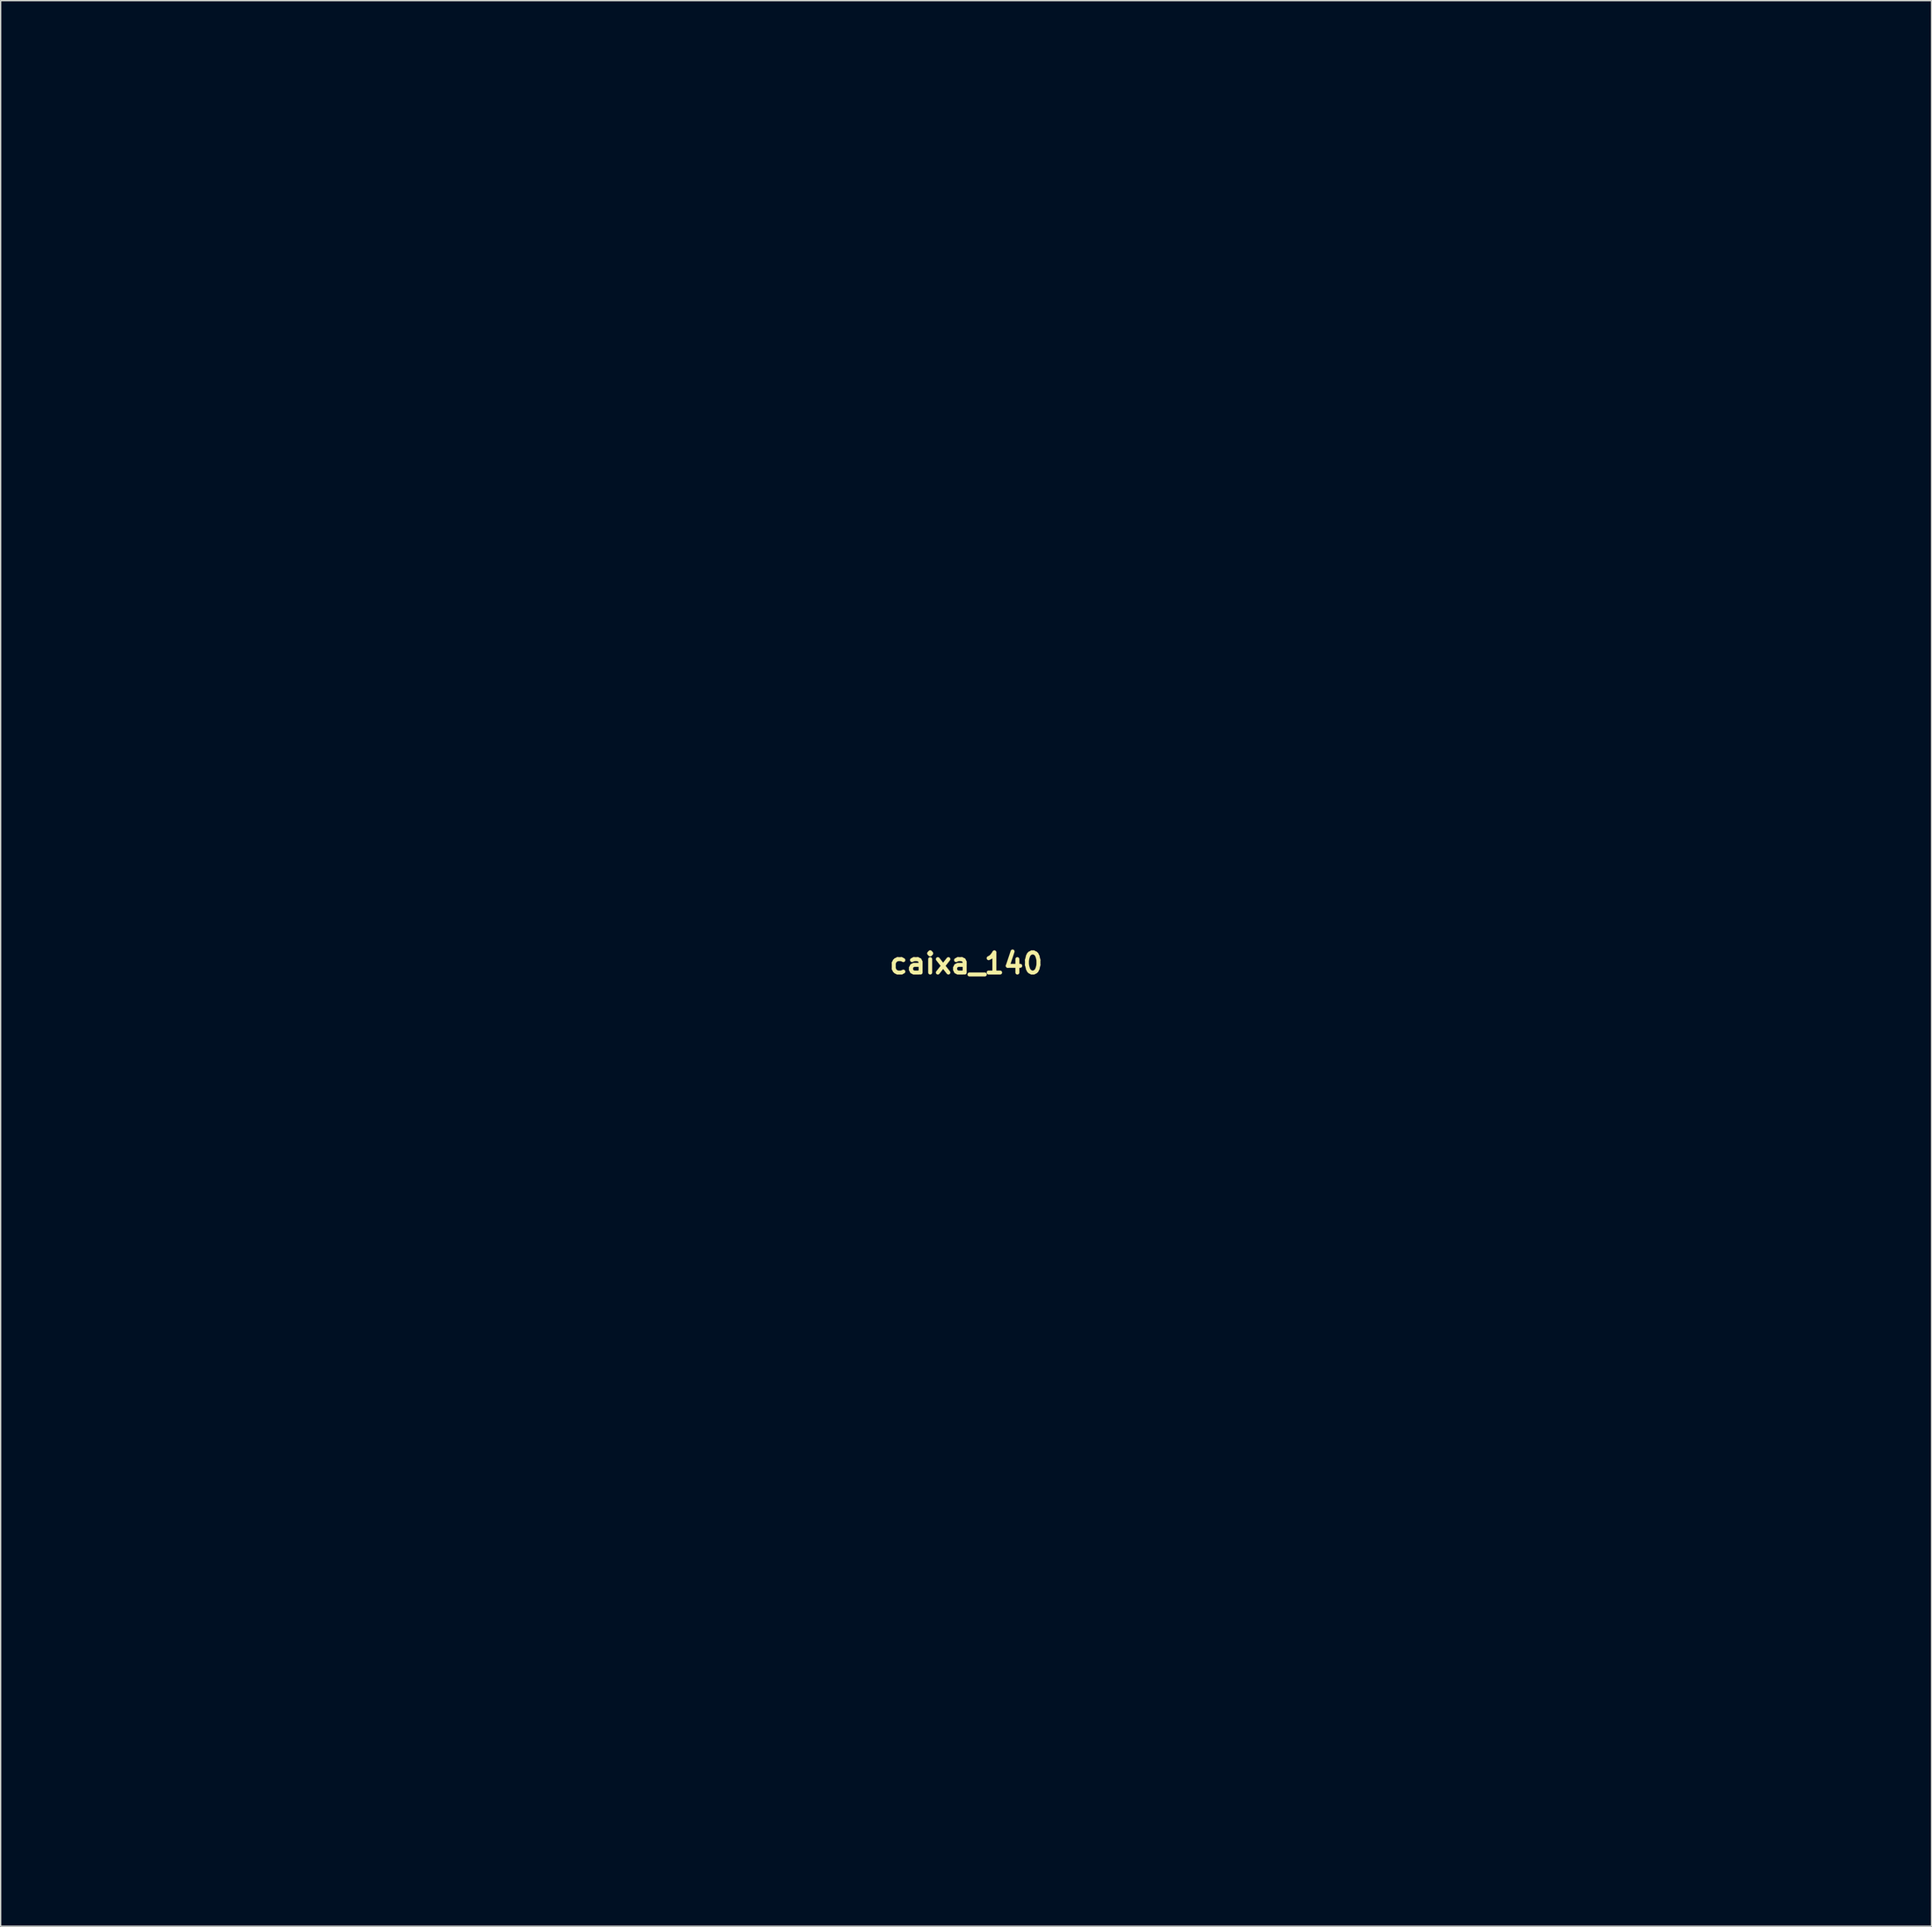
<source format=kicad_pcb>
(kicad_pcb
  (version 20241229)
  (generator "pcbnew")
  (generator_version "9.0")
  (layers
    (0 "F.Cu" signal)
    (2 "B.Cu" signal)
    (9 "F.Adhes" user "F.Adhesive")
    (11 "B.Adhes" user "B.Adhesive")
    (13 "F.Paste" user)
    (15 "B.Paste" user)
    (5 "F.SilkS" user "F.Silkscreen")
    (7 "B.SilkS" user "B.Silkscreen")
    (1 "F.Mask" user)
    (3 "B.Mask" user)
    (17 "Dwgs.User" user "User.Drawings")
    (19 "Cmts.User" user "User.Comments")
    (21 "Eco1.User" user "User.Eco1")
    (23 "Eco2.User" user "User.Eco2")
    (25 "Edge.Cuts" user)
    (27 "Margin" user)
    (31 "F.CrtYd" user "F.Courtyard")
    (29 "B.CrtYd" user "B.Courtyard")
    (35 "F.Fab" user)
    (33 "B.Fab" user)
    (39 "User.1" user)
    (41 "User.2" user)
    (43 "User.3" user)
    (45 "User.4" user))
  (footprint "caixa_140"
    (layer "F.Cu")
    (at 70.123 69.944)
    (property "Reference" "caixa_140" (at 0 0 0) (layer "F.SilkS") (effects (font (size 1.524 1.524) (thickness 0.3))))
    (attr through_hole)
    (fp_poly (pts (xy -63.276 -4.238) (xy -63.053 -4.114) (xy -63.128 -3.992) (xy -63.493 -3.937) (xy -63.579 -3.935) (xy -63.997 -3.979) (xy -64.209 -4.088) (xy -64.215 -4.114) (xy -64.06 -4.241) (xy -63.689 -4.293) (xy -63.276 -4.238)) (stroke (width 0.01) (type solid)) (fill no) (layer "Eco2.User"))
    (fp_poly (pts (xy -61.666 -4.238) (xy -61.443 -4.114) (xy -61.519 -3.992) (xy -61.883 -3.937) (xy -61.969 -3.935) (xy -62.387 -3.979) (xy -62.599 -4.088) (xy -62.606 -4.114) (xy -62.45 -4.241) (xy -62.08 -4.293) (xy -61.666 -4.238)) (stroke (width 0.01) (type solid)) (fill no) (layer "Eco2.User"))
    (fp_poly (pts (xy -54.841 -4.23) (xy -54.735 -4.114) (xy -54.891 -3.989) (xy -55.267 -3.935) (xy -55.282 -3.935) (xy -55.64 -3.984) (xy -55.723 -4.108) (xy -55.719 -4.114) (xy -55.472 -4.253) (xy -55.172 -4.293) (xy -54.841 -4.23)) (stroke (width 0.01) (type solid)) (fill no) (layer "Eco2.User"))
    (fp_poly (pts (xy -53.1 -4.24) (xy -52.946 -4.114) (xy -53.104 -3.997) (xy -53.492 -3.937) (xy -53.583 -3.935) (xy -53.99 -3.978) (xy -54.12 -4.09) (xy -54.109 -4.114) (xy -53.867 -4.243) (xy -53.473 -4.293) (xy -53.1 -4.24)) (stroke (width 0.01) (type solid)) (fill no) (layer "Eco2.User"))
    (fp_poly (pts (xy -46.407 -4.227) (xy -46.239 -4.114) (xy -46.309 -3.987) (xy -46.657 -3.935) (xy -46.675 -3.935) (xy -47.057 -3.986) (xy -47.222 -4.109) (xy -47.223 -4.114) (xy -47.07 -4.25) (xy -46.786 -4.293) (xy -46.407 -4.227)) (stroke (width 0.01) (type solid)) (fill no) (layer "Eco2.User"))
    (fp_poly (pts (xy -38.055 -4.238) (xy -37.832 -4.114) (xy -37.907 -3.992) (xy -38.272 -3.937) (xy -38.358 -3.935) (xy -38.776 -3.979) (xy -38.988 -4.088) (xy -38.994 -4.114) (xy -38.839 -4.241) (xy -38.468 -4.293) (xy -38.055 -4.238)) (stroke (width 0.01) (type solid)) (fill no) (layer "Eco2.User"))
    (fp_poly (pts (xy -29.489 -4.24) (xy -29.335 -4.114) (xy -29.493 -3.997) (xy -29.881 -3.937) (xy -29.972 -3.935) (xy -30.379 -3.978) (xy -30.508 -4.09) (xy -30.498 -4.114) (xy -30.256 -4.243) (xy -29.861 -4.293) (xy -29.489 -4.24)) (stroke (width 0.01) (type solid)) (fill no) (layer "Eco2.User"))
    (fp_poly (pts (xy -7.212 -39.008) (xy -7.156 -38.644) (xy -7.155 -38.558) (xy -7.199 -38.14) (xy -7.308 -37.928) (xy -7.334 -37.921) (xy -7.46 -38.076) (xy -7.513 -38.447) (xy -7.458 -38.86) (xy -7.334 -39.084) (xy -7.212 -39.008)) (stroke (width 0.01) (type solid)) (fill no) (layer "Eco2.User"))
    (fp_poly (pts (xy -7.212 -37.398) (xy -7.156 -37.034) (xy -7.155 -36.948) (xy -7.199 -36.53) (xy -7.308 -36.318) (xy -7.334 -36.311) (xy -7.46 -36.466) (xy -7.513 -36.837) (xy -7.458 -37.25) (xy -7.334 -37.474) (xy -7.212 -37.398)) (stroke (width 0.01) (type solid)) (fill no) (layer "Eco2.User"))
    (fp_poly (pts (xy -7.212 -13.787) (xy -7.156 -13.423) (xy -7.155 -13.337) (xy -7.199 -12.919) (xy -7.308 -12.707) (xy -7.334 -12.7) (xy -7.46 -12.855) (xy -7.513 -13.226) (xy -7.458 -13.639) (xy -7.334 -13.863) (xy -7.212 -13.787)) (stroke (width 0.01) (type solid)) (fill no) (layer "Eco2.User"))
    (fp_poly (pts (xy -7.212 63.665) (xy -7.156 64.029) (xy -7.155 64.115) (xy -7.199 64.533) (xy -7.308 64.746) (xy -7.334 64.752) (xy -7.46 64.597) (xy -7.513 64.226) (xy -7.458 63.813) (xy -7.334 63.589) (xy -7.212 63.665)) (stroke (width 0.01) (type solid)) (fill no) (layer "Eco2.User"))
    (fp_poly (pts (xy -7.208 -54.043) (xy -7.155 -53.669) (xy -7.155 -53.662) (xy -7.174 -53.251) (xy -7.251 -53.14) (xy -7.393 -53.245) (xy -7.497 -53.504) (xy -7.503 -53.859) (xy -7.422 -54.138) (xy -7.334 -54.199) (xy -7.208 -54.043)) (stroke (width 0.01) (type solid)) (fill no) (layer "Eco2.User"))
    (fp_poly (pts (xy -7.208 -45.636) (xy -7.155 -45.262) (xy -7.155 -45.255) (xy -7.174 -44.844) (xy -7.251 -44.733) (xy -7.393 -44.838) (xy -7.497 -45.097) (xy -7.503 -45.451) (xy -7.422 -45.731) (xy -7.334 -45.792) (xy -7.208 -45.636)) (stroke (width 0.01) (type solid)) (fill no) (layer "Eco2.User"))
    (fp_poly (pts (xy -7.208 -30.432) (xy -7.155 -30.057) (xy -7.155 -30.051) (xy -7.174 -29.64) (xy -7.251 -29.529) (xy -7.393 -29.633) (xy -7.497 -29.893) (xy -7.503 -30.247) (xy -7.422 -30.527) (xy -7.334 -30.587) (xy -7.208 -30.432)) (stroke (width 0.01) (type solid)) (fill no) (layer "Eco2.User"))
    (fp_poly (pts (xy -7.208 -22.025) (xy -7.155 -21.65) (xy -7.155 -21.644) (xy -7.174 -21.233) (xy -7.251 -21.122) (xy -7.393 -21.226) (xy -7.497 -21.486) (xy -7.503 -21.84) (xy -7.422 -22.12) (xy -7.334 -22.18) (xy -7.208 -22.025)) (stroke (width 0.01) (type solid)) (fill no) (layer "Eco2.User"))
    (fp_poly (pts (xy -7.208 47.02) (xy -7.155 47.395) (xy -7.155 47.401) (xy -7.174 47.812) (xy -7.251 47.923) (xy -7.393 47.819) (xy -7.497 47.559) (xy -7.503 47.205) (xy -7.422 46.926) (xy -7.334 46.865) (xy -7.208 47.02)) (stroke (width 0.01) (type solid)) (fill no) (layer "Eco2.User"))
    (fp_poly (pts (xy -7.207 -3.597) (xy -7.155 -3.249) (xy -7.155 -3.23) (xy -7.206 -2.849) (xy -7.329 -2.683) (xy -7.334 -2.683) (xy -7.469 -2.836) (xy -7.513 -3.12) (xy -7.447 -3.498) (xy -7.334 -3.667) (xy -7.207 -3.597)) (stroke (width 0.01) (type solid)) (fill no) (layer "Eco2.User"))
    (fp_poly (pts (xy -7.207 4.81) (xy -7.155 5.158) (xy -7.155 5.177) (xy -7.206 5.558) (xy -7.329 5.724) (xy -7.334 5.724) (xy -7.469 5.571) (xy -7.513 5.287) (xy -7.447 4.909) (xy -7.334 4.74) (xy -7.207 4.81)) (stroke (width 0.01) (type solid)) (fill no) (layer "Eco2.User"))
    (fp_poly (pts (xy -7.207 20.014) (xy -7.155 20.362) (xy -7.155 20.381) (xy -7.206 20.762) (xy -7.329 20.928) (xy -7.334 20.928) (xy -7.469 20.775) (xy -7.513 20.492) (xy -7.447 20.113) (xy -7.334 19.944) (xy -7.207 20.014)) (stroke (width 0.01) (type solid)) (fill no) (layer "Eco2.User"))
    (fp_poly (pts (xy 14.176 -4.238) (xy 14.399 -4.114) (xy 14.324 -3.992) (xy 13.959 -3.937) (xy 13.873 -3.935) (xy 13.455 -3.979) (xy 13.243 -4.088) (xy 13.237 -4.114) (xy 13.392 -4.241) (xy 13.763 -4.293) (xy 14.176 -4.238)) (stroke (width 0.01) (type solid)) (fill no) (layer "Eco2.User"))
    (fp_poly (pts (xy 31.018 -4.23) (xy 31.124 -4.114) (xy 30.968 -3.989) (xy 30.592 -3.935) (xy 30.577 -3.935) (xy 30.219 -3.984) (xy 30.137 -4.108) (xy 30.14 -4.114) (xy 30.387 -4.253) (xy 30.687 -4.293) (xy 31.018 -4.23)) (stroke (width 0.01) (type solid)) (fill no) (layer "Eco2.User"))
    (fp_poly (pts (xy 37.787 -4.238) (xy 38.011 -4.114) (xy 37.935 -3.992) (xy 37.571 -3.937) (xy 37.485 -3.935) (xy 37.067 -3.979) (xy 36.854 -4.088) (xy 36.848 -4.114) (xy 37.003 -4.241) (xy 37.374 -4.293) (xy 37.787 -4.238)) (stroke (width 0.01) (type solid)) (fill no) (layer "Eco2.User"))
    (fp_poly (pts (xy 39.452 -4.227) (xy 39.62 -4.114) (xy 39.551 -3.987) (xy 39.203 -3.935) (xy 39.184 -3.935) (xy 38.802 -3.986) (xy 38.637 -4.109) (xy 38.637 -4.114) (xy 38.789 -4.25) (xy 39.073 -4.293) (xy 39.452 -4.227)) (stroke (width 0.01) (type solid)) (fill no) (layer "Eco2.User"))
    (fp_poly (pts (xy 47.963 -4.24) (xy 48.117 -4.114) (xy 47.959 -3.997) (xy 47.572 -3.937) (xy 47.48 -3.935) (xy 47.073 -3.978) (xy 46.944 -4.09) (xy 46.954 -4.114) (xy 47.196 -4.243) (xy 47.591 -4.293) (xy 47.963 -4.24)) (stroke (width 0.01) (type solid)) (fill no) (layer "Eco2.User"))
    (fp_poly (pts (xy 54.63 -4.23) (xy 54.735 -4.114) (xy 54.58 -3.989) (xy 54.203 -3.935) (xy 54.188 -3.935) (xy 53.83 -3.984) (xy 53.748 -4.108) (xy 53.751 -4.114) (xy 53.998 -4.253) (xy 54.299 -4.293) (xy 54.63 -4.23)) (stroke (width 0.01) (type solid)) (fill no) (layer "Eco2.User"))
    (fp_poly (pts (xy 63.063 -4.227) (xy 63.232 -4.114) (xy 63.162 -3.987) (xy 62.814 -3.935) (xy 62.795 -3.935) (xy 62.414 -3.986) (xy 62.248 -4.109) (xy 62.248 -4.114) (xy 62.401 -4.25) (xy 62.685 -4.293) (xy 63.063 -4.227)) (stroke (width 0.01) (type solid)) (fill no) (layer "Eco2.User"))
    (fp_poly (pts (xy -7.212 -64.229) (xy -7.156 -63.865) (xy -7.155 -63.779) (xy -7.169 -63.321) (xy -7.231 -63.161) (xy -7.368 -63.237) (xy -7.393 -63.262) (xy -7.501 -63.553) (xy -7.492 -63.955) (xy -7.378 -64.265) (xy -7.334 -64.305) (xy -7.212 -64.229)) (stroke (width 0.01) (type solid)) (fill no) (layer "Eco2.User"))
    (fp_poly (pts (xy -7.212 -62.62) (xy -7.156 -62.255) (xy -7.155 -62.169) (xy -7.169 -61.711) (xy -7.231 -61.551) (xy -7.368 -61.627) (xy -7.393 -61.652) (xy -7.501 -61.943) (xy -7.492 -62.345) (xy -7.378 -62.655) (xy -7.334 -62.695) (xy -7.212 -62.62)) (stroke (width 0.01) (type solid)) (fill no) (layer "Eco2.User"))
    (fp_poly (pts (xy -7.212 -55.822) (xy -7.156 -55.458) (xy -7.155 -55.372) (xy -7.169 -54.914) (xy -7.231 -54.754) (xy -7.368 -54.83) (xy -7.393 -54.854) (xy -7.501 -55.146) (xy -7.492 -55.548) (xy -7.378 -55.858) (xy -7.334 -55.898) (xy -7.212 -55.822)) (stroke (width 0.01) (type solid)) (fill no) (layer "Eco2.User"))
    (fp_poly (pts (xy -7.212 -47.415) (xy -7.156 -47.051) (xy -7.155 -46.965) (xy -7.169 -46.507) (xy -7.231 -46.347) (xy -7.368 -46.423) (xy -7.393 -46.447) (xy -7.501 -46.739) (xy -7.492 -47.141) (xy -7.378 -47.451) (xy -7.334 -47.491) (xy -7.212 -47.415)) (stroke (width 0.01) (type solid)) (fill no) (layer "Eco2.User"))
    (fp_poly (pts (xy -7.212 -11.998) (xy -7.156 -11.634) (xy -7.155 -11.548) (xy -7.169 -11.09) (xy -7.231 -10.93) (xy -7.368 -11.006) (xy -7.393 -11.031) (xy -7.501 -11.322) (xy -7.492 -11.724) (xy -7.378 -12.034) (xy -7.334 -12.074) (xy -7.212 -11.998)) (stroke (width 0.01) (type solid)) (fill no) (layer "Eco2.User"))
    (fp_poly (pts (xy -7.212 11.613) (xy -7.156 11.977) (xy -7.155 12.063) (xy -7.169 12.521) (xy -7.231 12.682) (xy -7.368 12.605) (xy -7.393 12.581) (xy -7.501 12.289) (xy -7.492 11.887) (xy -7.378 11.577) (xy -7.334 11.537) (xy -7.212 11.613)) (stroke (width 0.01) (type solid)) (fill no) (layer "Eco2.User"))
    (fp_poly (pts (xy -7.212 13.223) (xy -7.156 13.587) (xy -7.155 13.673) (xy -7.169 14.131) (xy -7.231 14.292) (xy -7.368 14.215) (xy -7.393 14.191) (xy -7.501 13.899) (xy -7.492 13.497) (xy -7.378 13.187) (xy -7.334 13.147) (xy -7.212 13.223)) (stroke (width 0.01) (type solid)) (fill no) (layer "Eco2.User"))
    (fp_poly (pts (xy -7.212 21.63) (xy -7.156 21.994) (xy -7.155 22.08) (xy -7.169 22.538) (xy -7.231 22.699) (xy -7.368 22.622) (xy -7.393 22.598) (xy -7.501 22.306) (xy -7.492 21.904) (xy -7.378 21.594) (xy -7.334 21.554) (xy -7.212 21.63)) (stroke (width 0.01) (type solid)) (fill no) (layer "Eco2.User"))
    (fp_poly (pts (xy -7.212 28.427) (xy -7.156 28.791) (xy -7.155 28.877) (xy -7.169 29.335) (xy -7.231 29.496) (xy -7.368 29.419) (xy -7.393 29.395) (xy -7.501 29.103) (xy -7.492 28.701) (xy -7.378 28.391) (xy -7.334 28.351) (xy -7.212 28.427)) (stroke (width 0.01) (type solid)) (fill no) (layer "Eco2.User"))
    (fp_poly (pts (xy -7.212 30.037) (xy -7.156 30.401) (xy -7.155 30.487) (xy -7.169 30.945) (xy -7.231 31.106) (xy -7.368 31.029) (xy -7.393 31.005) (xy -7.501 30.713) (xy -7.492 30.311) (xy -7.378 30.001) (xy -7.334 29.961) (xy -7.212 30.037)) (stroke (width 0.01) (type solid)) (fill no) (layer "Eco2.User"))
    (fp_poly (pts (xy -7.212 36.834) (xy -7.156 37.198) (xy -7.155 37.285) (xy -7.169 37.742) (xy -7.231 37.903) (xy -7.368 37.826) (xy -7.393 37.802) (xy -7.501 37.51) (xy -7.492 37.108) (xy -7.378 36.798) (xy -7.334 36.758) (xy -7.212 36.834)) (stroke (width 0.01) (type solid)) (fill no) (layer "Eco2.User"))
    (fp_poly (pts (xy -7.212 38.444) (xy -7.156 38.808) (xy -7.155 38.894) (xy -7.169 39.352) (xy -7.231 39.513) (xy -7.368 39.436) (xy -7.393 39.412) (xy -7.501 39.12) (xy -7.492 38.718) (xy -7.378 38.408) (xy -7.334 38.368) (xy -7.212 38.444)) (stroke (width 0.01) (type solid)) (fill no) (layer "Eco2.User"))
    (fp_poly (pts (xy -7.212 45.241) (xy -7.156 45.605) (xy -7.155 45.692) (xy -7.169 46.149) (xy -7.231 46.31) (xy -7.368 46.233) (xy -7.393 46.209) (xy -7.501 45.917) (xy -7.492 45.515) (xy -7.378 45.206) (xy -7.334 45.165) (xy -7.212 45.241)) (stroke (width 0.01) (type solid)) (fill no) (layer "Eco2.User"))
    (fp_poly (pts (xy -7.212 53.648) (xy -7.156 54.013) (xy -7.155 54.099) (xy -7.169 54.556) (xy -7.231 54.717) (xy -7.368 54.64) (xy -7.393 54.616) (xy -7.501 54.324) (xy -7.492 53.922) (xy -7.378 53.613) (xy -7.334 53.573) (xy -7.212 53.648)) (stroke (width 0.01) (type solid)) (fill no) (layer "Eco2.User"))
    (fp_poly (pts (xy -7.212 55.258) (xy -7.156 55.622) (xy -7.155 55.708) (xy -7.169 56.166) (xy -7.231 56.327) (xy -7.368 56.25) (xy -7.393 56.226) (xy -7.501 55.934) (xy -7.492 55.532) (xy -7.378 55.222) (xy -7.334 55.182) (xy -7.212 55.258)) (stroke (width 0.01) (type solid)) (fill no) (layer "Eco2.User"))
    (fp_poly (pts (xy -7.212 62.055) (xy -7.156 62.42) (xy -7.155 62.506) (xy -7.169 62.963) (xy -7.231 63.124) (xy -7.368 63.047) (xy -7.393 63.023) (xy -7.501 62.731) (xy -7.492 62.329) (xy -7.378 62.02) (xy -7.334 61.98) (xy -7.212 62.055)) (stroke (width 0.01) (type solid)) (fill no) (layer "Eco2.User"))
    (fp_poly (pts (xy -68.596 69.611) (xy -68.238 69.687) (xy -68.151 69.761) (xy -68.312 69.859) (xy -68.73 69.923) (xy -69.135 69.939) (xy -69.673 69.91) (xy -70.031 69.834) (xy -70.118 69.761) (xy -69.957 69.663) (xy -69.539 69.598) (xy -69.135 69.582) (xy -68.596 69.611)) (stroke (width 0.01) (type solid)) (fill no) (layer "Eco2.User"))
    (fp_poly (pts (xy -44.699 -4.241) (xy -44.539 -4.116) (xy -44.539 -4.114) (xy -44.695 -3.988) (xy -45.069 -3.935) (xy -45.076 -3.935) (xy -45.453 -3.987) (xy -45.613 -4.112) (xy -45.613 -4.114) (xy -45.457 -4.24) (xy -45.083 -4.293) (xy -45.076 -4.293) (xy -44.699 -4.241)) (stroke (width 0.01) (type solid)) (fill no) (layer "Eco2.User"))
    (fp_poly (pts (xy -36.292 -4.241) (xy -36.132 -4.116) (xy -36.132 -4.114) (xy -36.288 -3.988) (xy -36.662 -3.935) (xy -36.669 -3.935) (xy -37.046 -3.987) (xy -37.206 -4.112) (xy -37.206 -4.114) (xy -37.05 -4.24) (xy -36.676 -4.293) (xy -36.669 -4.293) (xy -36.292 -4.241)) (stroke (width 0.01) (type solid)) (fill no) (layer "Eco2.User"))
    (fp_poly (pts (xy -27.885 -4.241) (xy -27.725 -4.116) (xy -27.725 -4.114) (xy -27.881 -3.988) (xy -28.255 -3.935) (xy -28.262 -3.935) (xy -28.639 -3.987) (xy -28.799 -4.112) (xy -28.799 -4.114) (xy -28.643 -4.24) (xy -28.269 -4.293) (xy -28.262 -4.293) (xy -27.885 -4.241)) (stroke (width 0.01) (type solid)) (fill no) (layer "Eco2.User"))
    (fp_poly (pts (xy -21.088 -4.241) (xy -20.928 -4.116) (xy -20.928 -4.114) (xy -21.084 -3.988) (xy -21.458 -3.935) (xy -21.465 -3.935) (xy -21.842 -3.987) (xy -22.001 -4.112) (xy -22.001 -4.114) (xy -21.846 -4.24) (xy -21.471 -4.293) (xy -21.465 -4.293) (xy -21.088 -4.241)) (stroke (width 0.01) (type solid)) (fill no) (layer "Eco2.User"))
    (fp_poly (pts (xy -19.478 -4.241) (xy -19.318 -4.116) (xy -19.318 -4.114) (xy -19.474 -3.988) (xy -19.848 -3.935) (xy -19.855 -3.935) (xy -20.232 -3.987) (xy -20.392 -4.112) (xy -20.392 -4.114) (xy -20.236 -4.24) (xy -19.862 -4.293) (xy -19.855 -4.293) (xy -19.478 -4.241)) (stroke (width 0.01) (type solid)) (fill no) (layer "Eco2.User"))
    (fp_poly (pts (xy -12.681 -4.241) (xy -12.521 -4.116) (xy -12.521 -4.114) (xy -12.677 -3.988) (xy -13.051 -3.935) (xy -13.058 -3.935) (xy -13.435 -3.987) (xy -13.594 -4.112) (xy -13.594 -4.114) (xy -13.439 -4.24) (xy -13.064 -4.293) (xy -13.058 -4.293) (xy -12.681 -4.241)) (stroke (width 0.01) (type solid)) (fill no) (layer "Eco2.User"))
    (fp_poly (pts (xy -11.071 -4.241) (xy -10.911 -4.116) (xy -10.911 -4.114) (xy -11.067 -3.988) (xy -11.441 -3.935) (xy -11.448 -3.935) (xy -11.825 -3.987) (xy -11.984 -4.112) (xy -11.985 -4.114) (xy -11.829 -4.24) (xy -11.455 -4.293) (xy -11.448 -4.293) (xy -11.071 -4.241)) (stroke (width 0.01) (type solid)) (fill no) (layer "Eco2.User"))
    (fp_poly (pts (xy -7.208 -28.822) (xy -7.155 -28.448) (xy -7.155 -28.441) (xy -7.207 -28.064) (xy -7.332 -27.904) (xy -7.334 -27.904) (xy -7.459 -28.06) (xy -7.513 -28.434) (xy -7.513 -28.441) (xy -7.461 -28.818) (xy -7.336 -28.977) (xy -7.334 -28.977) (xy -7.208 -28.822)) (stroke (width 0.01) (type solid)) (fill no) (layer "Eco2.User"))
    (fp_poly (pts (xy -7.208 -20.415) (xy -7.155 -20.04) (xy -7.155 -20.034) (xy -7.207 -19.657) (xy -7.332 -19.497) (xy -7.334 -19.497) (xy -7.459 -19.653) (xy -7.513 -20.027) (xy -7.513 -20.034) (xy -7.461 -20.411) (xy -7.336 -20.57) (xy -7.334 -20.57) (xy -7.208 -20.415)) (stroke (width 0.01) (type solid)) (fill no) (layer "Eco2.User"))
    (fp_poly (pts (xy -7.208 3.196) (xy -7.155 3.571) (xy -7.155 3.577) (xy -7.207 3.954) (xy -7.332 4.114) (xy -7.334 4.114) (xy -7.459 3.959) (xy -7.513 3.584) (xy -7.513 3.577) (xy -7.461 3.201) (xy -7.336 3.041) (xy -7.334 3.041) (xy -7.208 3.196)) (stroke (width 0.01) (type solid)) (fill no) (layer "Eco2.User"))
    (fp_poly (pts (xy -4.274 -4.241) (xy -4.114 -4.116) (xy -4.114 -4.114) (xy -4.27 -3.988) (xy -4.644 -3.935) (xy -4.651 -3.935) (xy -5.027 -3.987) (xy -5.187 -4.112) (xy -5.187 -4.114) (xy -5.032 -4.24) (xy -4.657 -4.293) (xy -4.651 -4.293) (xy -4.274 -4.241)) (stroke (width 0.01) (type solid)) (fill no) (layer "Eco2.User"))
    (fp_poly (pts (xy -2.664 -4.241) (xy -2.504 -4.116) (xy -2.504 -4.114) (xy -2.66 -3.988) (xy -3.034 -3.935) (xy -3.041 -3.935) (xy -3.418 -3.987) (xy -3.577 -4.112) (xy -3.577 -4.114) (xy -3.422 -4.24) (xy -3.048 -4.293) (xy -3.041 -4.293) (xy -2.664 -4.241)) (stroke (width 0.01) (type solid)) (fill no) (layer "Eco2.User"))
    (fp_poly (pts (xy 4.133 -4.241) (xy 4.293 -4.116) (xy 4.293 -4.114) (xy 4.138 -3.988) (xy 3.763 -3.935) (xy 3.756 -3.935) (xy 3.38 -3.987) (xy 3.22 -4.112) (xy 3.22 -4.114) (xy 3.375 -4.24) (xy 3.75 -4.293) (xy 3.756 -4.293) (xy 4.133 -4.241)) (stroke (width 0.01) (type solid)) (fill no) (layer "Eco2.User"))
    (fp_poly (pts (xy 5.743 -4.241) (xy 5.903 -4.116) (xy 5.903 -4.114) (xy 5.747 -3.988) (xy 5.373 -3.935) (xy 5.366 -3.935) (xy 4.989 -3.987) (xy 4.83 -4.112) (xy 4.83 -4.114) (xy 4.985 -4.24) (xy 5.36 -4.293) (xy 5.366 -4.293) (xy 5.743 -4.241)) (stroke (width 0.01) (type solid)) (fill no) (layer "Eco2.User"))
    (fp_poly (pts (xy 12.54 -4.241) (xy 12.7 -4.116) (xy 12.7 -4.114) (xy 12.545 -3.988) (xy 12.17 -3.935) (xy 12.163 -3.935) (xy 11.787 -3.987) (xy 11.627 -4.112) (xy 11.627 -4.114) (xy 11.782 -4.24) (xy 12.157 -4.293) (xy 12.163 -4.293) (xy 12.54 -4.241)) (stroke (width 0.01) (type solid)) (fill no) (layer "Eco2.User"))
    (fp_poly (pts (xy 20.947 -4.241) (xy 21.107 -4.116) (xy 21.107 -4.114) (xy 20.952 -3.988) (xy 20.577 -3.935) (xy 20.57 -3.935) (xy 20.194 -3.987) (xy 20.034 -4.112) (xy 20.034 -4.114) (xy 20.189 -4.24) (xy 20.564 -4.293) (xy 20.57 -4.293) (xy 20.947 -4.241)) (stroke (width 0.01) (type solid)) (fill no) (layer "Eco2.User"))
    (fp_poly (pts (xy 22.557 -4.241) (xy 22.717 -4.116) (xy 22.717 -4.114) (xy 22.561 -3.988) (xy 22.187 -3.935) (xy 22.18 -3.935) (xy 21.804 -3.987) (xy 21.644 -4.112) (xy 21.644 -4.114) (xy 21.799 -4.24) (xy 22.174 -4.293) (xy 22.18 -4.293) (xy 22.557 -4.241)) (stroke (width 0.01) (type solid)) (fill no) (layer "Eco2.User"))
    (fp_poly (pts (xy 29.354 -4.241) (xy 29.514 -4.116) (xy 29.514 -4.114) (xy 29.359 -3.988) (xy 28.984 -3.935) (xy 28.977 -3.935) (xy 28.601 -3.987) (xy 28.441 -4.112) (xy 28.441 -4.114) (xy 28.596 -4.24) (xy 28.971 -4.293) (xy 28.977 -4.293) (xy 29.354 -4.241)) (stroke (width 0.01) (type solid)) (fill no) (layer "Eco2.User"))
    (fp_poly (pts (xy 46.295 -4.248) (xy 46.502 -4.138) (xy 46.507 -4.114) (xy 46.35 -3.996) (xy 45.963 -3.937) (xy 45.881 -3.935) (xy 45.467 -3.98) (xy 45.26 -4.091) (xy 45.255 -4.114) (xy 45.412 -4.232) (xy 45.799 -4.291) (xy 45.881 -4.293) (xy 46.295 -4.248)) (stroke (width 0.01) (type solid)) (fill no) (layer "Eco2.User"))
    (fp_poly (pts (xy 56.364 -4.241) (xy 56.524 -4.116) (xy 56.524 -4.114) (xy 56.369 -3.988) (xy 55.994 -3.935) (xy 55.987 -3.935) (xy 55.611 -3.987) (xy 55.451 -4.112) (xy 55.451 -4.114) (xy 55.606 -4.24) (xy 55.981 -4.293) (xy 55.987 -4.293) (xy 56.364 -4.241)) (stroke (width 0.01) (type solid)) (fill no) (layer "Eco2.User"))
    (fp_poly (pts (xy 64.771 -4.241) (xy 64.931 -4.116) (xy 64.931 -4.114) (xy 64.776 -3.988) (xy 64.401 -3.935) (xy 64.394 -3.935) (xy 64.018 -3.987) (xy 63.858 -4.112) (xy 63.858 -4.114) (xy 64.013 -4.24) (xy 64.388 -4.293) (xy 64.394 -4.293) (xy 64.771 -4.241)) (stroke (width 0.01) (type solid)) (fill no) (layer "Eco2.User"))
    (fp_poly (pts (xy 69.68 -69.778) (xy 69.745 -69.361) (xy 69.761 -68.956) (xy 69.731 -68.417) (xy 69.655 -68.06) (xy 69.582 -67.972) (xy 69.484 -68.134) (xy 69.419 -68.551) (xy 69.403 -68.956) (xy 69.432 -69.494) (xy 69.508 -69.852) (xy 69.582 -69.939) (xy 69.68 -69.778)) (stroke (width 0.01) (type solid)) (fill no) (layer "Eco2.User"))
    (fp_poly (pts (xy -69.269 -69.813) (xy -68.606 -69.738) (xy -68.287 -69.676) (xy -68.315 -69.63) (xy -68.695 -69.601) (xy -68.911 -69.596) (xy -69.761 -69.582) (xy -69.761 -68.777) (xy -69.796 -68.297) (xy -69.886 -68.009) (xy -69.939 -67.972) (xy -70.038 -68.133) (xy -70.103 -68.549) (xy -70.118 -68.934) (xy -70.118 -69.895) (xy -69.269 -69.813)) (stroke (width 0.01) (type solid)) (fill no) (layer "Eco2.User"))
    (fp_poly (pts (xy -66.019 -4.279) (xy -65.299 -4.24) (xy -64.866 -4.178) (xy -64.752 -4.114) (xy -64.924 -4.037) (xy -65.415 -3.979) (xy -66.186 -3.944) (xy -66.988 -3.935) (xy -67.957 -3.949) (xy -68.677 -3.988) (xy -69.11 -4.05) (xy -69.224 -4.114) (xy -69.052 -4.192) (xy -68.561 -4.249) (xy -67.791 -4.284) (xy -66.988 -4.293) (xy -66.019 -4.279)) (stroke (width 0.01) (type solid)) (fill no) (layer "Eco2.User"))
    (fp_poly (pts (xy -57.612 -4.279) (xy -56.892 -4.24) (xy -56.459 -4.178) (xy -56.345 -4.114) (xy -56.517 -4.037) (xy -57.008 -3.979) (xy -57.779 -3.944) (xy -58.581 -3.935) (xy -59.55 -3.949) (xy -60.27 -3.988) (xy -60.703 -4.05) (xy -60.817 -4.114) (xy -60.645 -4.192) (xy -60.154 -4.249) (xy -59.383 -4.284) (xy -58.581 -4.293) (xy -57.612 -4.279)) (stroke (width 0.01) (type solid)) (fill no) (layer "Eco2.User"))
    (fp_poly (pts (xy -49.268 -4.279) (xy -48.532 -4.241) (xy -48.038 -4.182) (xy -47.849 -4.114) (xy -47.968 -4.034) (xy -48.431 -3.976) (xy -49.221 -3.943) (xy -50.074 -3.935) (xy -51.071 -3.948) (xy -51.817 -3.986) (xy -52.275 -4.046) (xy -52.41 -4.114) (xy -52.238 -4.192) (xy -51.747 -4.249) (xy -50.977 -4.284) (xy -50.184 -4.293) (xy -49.268 -4.279)) (stroke (width 0.01) (type solid)) (fill no) (layer "Eco2.User"))
    (fp_poly (pts (xy -40.861 -4.279) (xy -40.125 -4.241) (xy -39.631 -4.182) (xy -39.442 -4.114) (xy -39.561 -4.034) (xy -40.023 -3.976) (xy -40.814 -3.943) (xy -41.667 -3.935) (xy -42.664 -3.948) (xy -43.41 -3.986) (xy -43.868 -4.046) (xy -44.003 -4.114) (xy -43.831 -4.192) (xy -43.34 -4.249) (xy -42.57 -4.284) (xy -41.777 -4.293) (xy -40.861 -4.279)) (stroke (width 0.01) (type solid)) (fill no) (layer "Eco2.User"))
    (fp_poly (pts (xy -32.391 -4.279) (xy -31.671 -4.24) (xy -31.238 -4.178) (xy -31.124 -4.114) (xy -31.296 -4.037) (xy -31.787 -3.979) (xy -32.557 -3.944) (xy -33.36 -3.935) (xy -34.328 -3.949) (xy -35.049 -3.988) (xy -35.482 -4.05) (xy -35.596 -4.114) (xy -35.424 -4.192) (xy -34.933 -4.249) (xy -34.162 -4.284) (xy -33.36 -4.293) (xy -32.391 -4.279)) (stroke (width 0.01) (type solid)) (fill no) (layer "Eco2.User"))
    (fp_poly (pts (xy -24.047 -4.279) (xy -23.311 -4.241) (xy -22.817 -4.182) (xy -22.627 -4.114) (xy -22.747 -4.034) (xy -23.209 -3.976) (xy -24 -3.943) (xy -24.853 -3.935) (xy -25.85 -3.948) (xy -26.596 -3.986) (xy -27.054 -4.046) (xy -27.189 -4.114) (xy -27.017 -4.192) (xy -26.526 -4.249) (xy -25.756 -4.284) (xy -24.963 -4.293) (xy -24.047 -4.279)) (stroke (width 0.01) (type solid)) (fill no) (layer "Eco2.User"))
    (fp_poly (pts (xy -15.64 -4.279) (xy -14.904 -4.241) (xy -14.41 -4.182) (xy -14.22 -4.114) (xy -14.34 -4.034) (xy -14.802 -3.976) (xy -15.593 -3.943) (xy -16.446 -3.935) (xy -17.443 -3.948) (xy -18.189 -3.986) (xy -18.647 -4.046) (xy -18.782 -4.114) (xy -18.61 -4.192) (xy -18.119 -4.249) (xy -17.349 -4.284) (xy -16.556 -4.293) (xy -15.64 -4.279)) (stroke (width 0.01) (type solid)) (fill no) (layer "Eco2.User"))
    (fp_poly (pts (xy -7.256 -52.417) (xy -7.199 -51.926) (xy -7.164 -51.155) (xy -7.155 -50.353) (xy -7.169 -49.384) (xy -7.208 -48.664) (xy -7.27 -48.231) (xy -7.334 -48.117) (xy -7.411 -48.289) (xy -7.469 -48.78) (xy -7.504 -49.55) (xy -7.513 -50.353) (xy -7.499 -51.321) (xy -7.46 -52.042) (xy -7.398 -52.475) (xy -7.334 -52.589) (xy -7.256 -52.417)) (stroke (width 0.01) (type solid)) (fill no) (layer "Eco2.User"))
    (fp_poly (pts (xy -7.256 23.426) (xy -7.199 23.916) (xy -7.164 24.687) (xy -7.155 25.489) (xy -7.169 26.458) (xy -7.208 27.178) (xy -7.27 27.612) (xy -7.334 27.725) (xy -7.411 27.553) (xy -7.469 27.062) (xy -7.504 26.292) (xy -7.513 25.489) (xy -7.499 24.521) (xy -7.46 23.801) (xy -7.398 23.367) (xy -7.334 23.254) (xy -7.256 23.426)) (stroke (width 0.01) (type solid)) (fill no) (layer "Eco2.User"))
    (fp_poly (pts (xy -7.253 -60.966) (xy -7.196 -60.503) (xy -7.163 -59.712) (xy -7.155 -58.86) (xy -7.168 -57.862) (xy -7.206 -57.116) (xy -7.265 -56.659) (xy -7.334 -56.524) (xy -7.411 -56.696) (xy -7.469 -57.187) (xy -7.504 -57.956) (xy -7.513 -58.749) (xy -7.499 -59.666) (xy -7.46 -60.402) (xy -7.402 -60.896) (xy -7.334 -61.085) (xy -7.253 -60.966)) (stroke (width 0.01) (type solid)) (fill no) (layer "Eco2.User"))
    (fp_poly (pts (xy -7.253 -18.752) (xy -7.196 -18.289) (xy -7.163 -17.498) (xy -7.155 -16.646) (xy -7.168 -15.648) (xy -7.206 -14.902) (xy -7.265 -14.445) (xy -7.334 -14.31) (xy -7.411 -14.482) (xy -7.469 -14.972) (xy -7.504 -15.742) (xy -7.513 -16.535) (xy -7.499 -17.452) (xy -7.46 -18.187) (xy -7.402 -18.682) (xy -7.334 -18.871) (xy -7.253 -18.752)) (stroke (width 0.01) (type solid)) (fill no) (layer "Eco2.User"))
    (fp_poly (pts (xy -7.253 6.47) (xy -7.196 6.932) (xy -7.163 7.723) (xy -7.155 8.575) (xy -7.168 9.573) (xy -7.206 10.319) (xy -7.265 10.776) (xy -7.334 10.911) (xy -7.411 10.739) (xy -7.469 10.249) (xy -7.504 9.479) (xy -7.513 8.686) (xy -7.499 7.769) (xy -7.46 7.034) (xy -7.402 6.54) (xy -7.334 6.35) (xy -7.253 6.47)) (stroke (width 0.01) (type solid)) (fill no) (layer "Eco2.User"))
    (fp_poly (pts (xy -7.253 14.877) (xy -7.196 15.339) (xy -7.163 16.13) (xy -7.155 16.982) (xy -7.168 17.98) (xy -7.206 18.726) (xy -7.265 19.183) (xy -7.334 19.318) (xy -7.411 19.146) (xy -7.469 18.656) (xy -7.504 17.886) (xy -7.513 17.093) (xy -7.499 16.176) (xy -7.46 15.441) (xy -7.402 14.947) (xy -7.334 14.757) (xy -7.253 14.877)) (stroke (width 0.01) (type solid)) (fill no) (layer "Eco2.User"))
    (fp_poly (pts (xy -7.253 31.691) (xy -7.196 32.153) (xy -7.163 32.944) (xy -7.155 33.796) (xy -7.168 34.794) (xy -7.206 35.54) (xy -7.265 35.997) (xy -7.334 36.132) (xy -7.411 35.96) (xy -7.469 35.47) (xy -7.504 34.7) (xy -7.513 33.907) (xy -7.499 32.99) (xy -7.46 32.255) (xy -7.402 31.761) (xy -7.334 31.571) (xy -7.253 31.691)) (stroke (width 0.01) (type solid)) (fill no) (layer "Eco2.User"))
    (fp_poly (pts (xy -7.253 40.098) (xy -7.196 40.56) (xy -7.163 41.351) (xy -7.155 42.204) (xy -7.168 43.201) (xy -7.206 43.947) (xy -7.265 44.404) (xy -7.334 44.539) (xy -7.411 44.367) (xy -7.469 43.877) (xy -7.504 43.107) (xy -7.513 42.314) (xy -7.499 41.397) (xy -7.46 40.662) (xy -7.402 40.168) (xy -7.334 39.978) (xy -7.253 40.098)) (stroke (width 0.01) (type solid)) (fill no) (layer "Eco2.User"))
    (fp_poly (pts (xy 1.352 -4.28) (xy 2.095 -4.242) (xy 2.55 -4.182) (xy 2.683 -4.114) (xy 2.511 -4.038) (xy 2.018 -3.98) (xy 1.241 -3.945) (xy 0.358 -3.935) (xy -0.637 -3.948) (xy -1.38 -3.986) (xy -1.835 -4.046) (xy -1.968 -4.114) (xy -1.795 -4.191) (xy -1.302 -4.248) (xy -0.525 -4.283) (xy 0.358 -4.293) (xy 1.352 -4.28)) (stroke (width 0.01) (type solid)) (fill no) (layer "Eco2.User"))
    (fp_poly (pts (xy 9.83 -4.279) (xy 10.548 -4.24) (xy 10.979 -4.178) (xy 11.09 -4.114) (xy 10.918 -4.038) (xy 10.424 -3.981) (xy 9.647 -3.946) (xy 8.754 -3.935) (xy 7.713 -3.948) (xy 6.988 -3.986) (xy 6.595 -4.048) (xy 6.529 -4.114) (xy 6.747 -4.187) (xy 7.262 -4.244) (xy 8.013 -4.281) (xy 8.865 -4.293) (xy 9.83 -4.279)) (stroke (width 0.01) (type solid)) (fill no) (layer "Eco2.User"))
    (fp_poly (pts (xy 18.23 -4.279) (xy 18.95 -4.24) (xy 19.383 -4.178) (xy 19.497 -4.114) (xy 19.325 -4.037) (xy 18.834 -3.979) (xy 18.064 -3.944) (xy 17.261 -3.935) (xy 16.293 -3.949) (xy 15.572 -3.988) (xy 15.139 -4.05) (xy 15.025 -4.114) (xy 15.198 -4.192) (xy 15.688 -4.249) (xy 16.459 -4.284) (xy 17.261 -4.293) (xy 18.23 -4.279)) (stroke (width 0.01) (type solid)) (fill no) (layer "Eco2.User"))
    (fp_poly (pts (xy 26.573 -4.28) (xy 27.317 -4.242) (xy 27.772 -4.182) (xy 27.904 -4.114) (xy 27.732 -4.038) (xy 27.239 -3.98) (xy 26.462 -3.945) (xy 25.579 -3.935) (xy 24.584 -3.948) (xy 23.841 -3.986) (xy 23.386 -4.046) (xy 23.254 -4.114) (xy 23.426 -4.191) (xy 23.919 -4.248) (xy 24.696 -4.283) (xy 25.579 -4.293) (xy 26.573 -4.28)) (stroke (width 0.01) (type solid)) (fill no) (layer "Eco2.User"))
    (fp_poly (pts (xy 35.051 -4.279) (xy 35.769 -4.24) (xy 36.2 -4.178) (xy 36.311 -4.114) (xy 36.139 -4.038) (xy 35.645 -3.981) (xy 34.868 -3.946) (xy 33.975 -3.935) (xy 32.934 -3.948) (xy 32.209 -3.986) (xy 31.816 -4.048) (xy 31.75 -4.114) (xy 31.968 -4.187) (xy 32.483 -4.244) (xy 33.234 -4.281) (xy 34.086 -4.293) (xy 35.051 -4.279)) (stroke (width 0.01) (type solid)) (fill no) (layer "Eco2.User"))
    (fp_poly (pts (xy 43.451 -4.279) (xy 44.171 -4.24) (xy 44.605 -4.178) (xy 44.718 -4.114) (xy 44.546 -4.037) (xy 44.055 -3.979) (xy 43.285 -3.944) (xy 42.482 -3.935) (xy 41.514 -3.949) (xy 40.793 -3.988) (xy 40.36 -4.05) (xy 40.246 -4.114) (xy 40.419 -4.192) (xy 40.909 -4.249) (xy 41.68 -4.284) (xy 42.482 -4.293) (xy 43.451 -4.279)) (stroke (width 0.01) (type solid)) (fill no) (layer "Eco2.User"))
    (fp_poly (pts (xy 51.858 -4.279) (xy 52.578 -4.24) (xy 53.012 -4.178) (xy 53.125 -4.114) (xy 52.953 -4.037) (xy 52.462 -3.979) (xy 51.692 -3.944) (xy 50.889 -3.935) (xy 49.921 -3.949) (xy 49.201 -3.988) (xy 48.767 -4.05) (xy 48.654 -4.114) (xy 48.826 -4.192) (xy 49.316 -4.249) (xy 50.087 -4.284) (xy 50.889 -4.293) (xy 51.858 -4.279)) (stroke (width 0.01) (type solid)) (fill no) (layer "Eco2.User"))
    (fp_poly (pts (xy 60.203 -4.279) (xy 60.938 -4.241) (xy 61.432 -4.182) (xy 61.622 -4.114) (xy 61.502 -4.034) (xy 61.04 -3.976) (xy 60.249 -3.943) (xy 59.396 -3.935) (xy 58.399 -3.948) (xy 57.653 -3.986) (xy 57.196 -4.046) (xy 57.061 -4.114) (xy 57.233 -4.192) (xy 57.723 -4.249) (xy 58.493 -4.284) (xy 59.286 -4.293) (xy 60.203 -4.279)) (stroke (width 0.01) (type solid)) (fill no) (layer "Eco2.User"))
    (fp_poly (pts (xy -7.257 -44.009) (xy -7.2 -43.516) (xy -7.165 -42.74) (xy -7.155 -41.856) (xy -7.159 -40.991) (xy -7.171 -40.272) (xy -7.189 -39.765) (xy -7.21 -39.537) (xy -7.215 -39.531) (xy -7.376 -39.633) (xy -7.393 -39.65) (xy -7.452 -39.877) (xy -7.492 -40.362) (xy -7.512 -41.025) (xy -7.515 -41.784) (xy -7.501 -42.556) (xy -7.471 -43.26) (xy -7.427 -43.813) (xy -7.369 -44.134) (xy -7.334 -44.182) (xy -7.257 -44.009)) (stroke (width 0.01) (type solid)) (fill no) (layer "Eco2.User"))
    (fp_poly (pts (xy -7.255 48.506) (xy -7.198 48.97) (xy -7.164 49.764) (xy -7.155 50.7) (xy -7.159 51.585) (xy -7.17 52.325) (xy -7.187 52.856) (xy -7.208 53.112) (xy -7.215 53.125) (xy -7.376 53.023) (xy -7.393 53.006) (xy -7.452 52.775) (xy -7.491 52.277) (xy -7.511 51.597) (xy -7.512 50.819) (xy -7.497 50.029) (xy -7.466 49.31) (xy -7.419 48.748) (xy -7.36 48.426) (xy -7.334 48.385) (xy -7.255 48.506)) (stroke (width 0.01) (type solid)) (fill no) (layer "Eco2.User"))
    (fp_poly (pts (xy -7.255 56.913) (xy -7.198 57.377) (xy -7.164 58.171) (xy -7.155 59.107) (xy -7.159 59.992) (xy -7.17 60.732) (xy -7.187 61.263) (xy -7.208 61.519) (xy -7.215 61.532) (xy -7.376 61.43) (xy -7.393 61.413) (xy -7.452 61.182) (xy -7.491 60.684) (xy -7.511 60.004) (xy -7.512 59.227) (xy -7.497 58.436) (xy -7.466 57.717) (xy -7.419 57.155) (xy -7.36 56.833) (xy -7.334 56.792) (xy -7.255 56.913)) (stroke (width 0.01) (type solid)) (fill no) (layer "Eco2.User"))
    (fp_poly (pts (xy -7.253 -35.566) (xy -7.196 -35.103) (xy -7.163 -34.312) (xy -7.155 -33.46) (xy -7.159 -32.593) (xy -7.171 -31.871) (xy -7.188 -31.362) (xy -7.21 -31.131) (xy -7.215 -31.124) (xy -7.376 -31.226) (xy -7.393 -31.243) (xy -7.453 -31.475) (xy -7.492 -31.972) (xy -7.511 -32.647) (xy -7.511 -33.414) (xy -7.494 -34.186) (xy -7.46 -34.877) (xy -7.411 -35.4) (xy -7.348 -35.67) (xy -7.334 -35.685) (xy -7.253 -35.566)) (stroke (width 0.01) (type solid)) (fill no) (layer "Eco2.User"))
    (fp_poly (pts (xy -7.253 -27.159) (xy -7.196 -26.696) (xy -7.163 -25.905) (xy -7.155 -25.053) (xy -7.159 -24.186) (xy -7.171 -23.464) (xy -7.188 -22.955) (xy -7.21 -22.724) (xy -7.215 -22.717) (xy -7.376 -22.819) (xy -7.393 -22.836) (xy -7.453 -23.068) (xy -7.492 -23.565) (xy -7.511 -24.24) (xy -7.511 -25.007) (xy -7.494 -25.779) (xy -7.46 -26.47) (xy -7.411 -26.993) (xy -7.348 -27.263) (xy -7.334 -27.278) (xy -7.253 -27.159)) (stroke (width 0.01) (type solid)) (fill no) (layer "Eco2.User"))
    (fp_poly (pts (xy -7.253 -10.345) (xy -7.196 -9.882) (xy -7.163 -9.091) (xy -7.155 -8.239) (xy -7.159 -7.372) (xy -7.171 -6.65) (xy -7.188 -6.141) (xy -7.21 -5.91) (xy -7.215 -5.903) (xy -7.376 -6.005) (xy -7.393 -6.022) (xy -7.453 -6.254) (xy -7.492 -6.751) (xy -7.511 -7.426) (xy -7.511 -8.193) (xy -7.494 -8.965) (xy -7.46 -9.656) (xy -7.411 -10.179) (xy -7.348 -10.448) (xy -7.334 -10.464) (xy -7.253 -10.345)) (stroke (width 0.01) (type solid)) (fill no) (layer "Eco2.User"))
    (fp_poly (pts (xy -7.253 -1.937) (xy -7.196 -1.475) (xy -7.163 -0.684) (xy -7.155 0.168) (xy -7.159 1.035) (xy -7.171 1.757) (xy -7.188 2.266) (xy -7.21 2.497) (xy -7.215 2.504) (xy -7.376 2.402) (xy -7.393 2.385) (xy -7.453 2.153) (xy -7.492 1.656) (xy -7.511 0.981) (xy -7.511 0.214) (xy -7.494 -0.558) (xy -7.46 -1.249) (xy -7.411 -1.772) (xy -7.348 -2.041) (xy -7.334 -2.057) (xy -7.253 -1.937)) (stroke (width 0.01) (type solid)) (fill no) (layer "Eco2.User"))
    (fp_poly (pts (xy -7.208 -5.211) (xy -7.155 -4.836) (xy -7.155 -4.83) (xy -7.127 -4.485) (xy -6.974 -4.333) (xy -6.593 -4.294) (xy -6.439 -4.293) (xy -5.991 -4.253) (xy -5.742 -4.154) (xy -5.724 -4.114) (xy -5.896 -4.038) (xy -6.389 -3.98) (xy -7.166 -3.945) (xy -8.049 -3.935) (xy -9.044 -3.948) (xy -9.787 -3.986) (xy -10.242 -4.046) (xy -10.375 -4.114) (xy -10.207 -4.203) (xy -9.75 -4.265) (xy -9.072 -4.292) (xy -8.944 -4.293) (xy -7.513 -4.293) (xy -7.513 -4.83) (xy -7.461 -5.206) (xy -7.336 -5.366) (xy -7.334 -5.366) (xy -7.208 -5.211)) (stroke (width 0.01) (type solid)) (fill no) (layer "Eco2.User"))
    (fp_poly (pts (xy 63.685 59.761) (xy 64.678 60.11) (xy 65.543 60.774) (xy 66.034 61.4) (xy 66.395 62.032) (xy 66.572 62.582) (xy 66.624 63.236) (xy 66.624 63.321) (xy 66.462 64.371) (xy 66.009 65.326) (xy 65.317 66.103) (xy 64.656 66.525) (xy 63.755 66.806) (xy 62.768 66.887) (xy 61.839 66.763) (xy 61.382 66.596) (xy 60.621 66.038) (xy 59.985 65.21) (xy 59.559 64.261) (xy 59.555 64.247) (xy 59.948 64.247) (xy 60.006 64.578) (xy 60.325 65.112) (xy 61.073 65.943) (xy 61.946 66.443) (xy 62.92 66.606) (xy 63.969 66.426) (xy 64.586 66.171) (xy 65.013 65.865) (xy 65.47 65.404) (xy 65.871 64.89) (xy 66.13 64.429) (xy 66.183 64.211) (xy 66.028 64.114) (xy 65.638 64.088) (xy 65.127 64.121) (xy 64.607 64.201) (xy 64.193 64.318) (xy 64.006 64.438) (xy 63.897 64.778) (xy 63.86 65.155) (xy 63.831 65.457) (xy 63.682 65.601) (xy 63.317 65.644) (xy 63.053 65.646) (xy 62.558 65.631) (xy 62.323 65.541) (xy 62.252 65.314) (xy 62.248 65.12) (xy 62.093 64.575) (xy 61.645 64.211) (xy 60.93 64.045) (xy 60.688 64.037) (xy 60.17 64.082) (xy 59.948 64.247) (xy 59.555 64.247) (xy 59.413 63.747) (xy 59.377 63.334) (xy 59.379 63.321) (xy 59.923 63.321) (xy 59.962 63.522) (xy 60.136 63.63) (xy 60.526 63.673) (xy 60.983 63.679) (xy 61.819 63.749) (xy 62.35 63.974) (xy 62.604 64.372) (xy 62.619 64.886) (xy 62.743 65.065) (xy 62.956 65.11) (xy 63.26 64.987) (xy 63.321 64.752) (xy 63.478 64.225) (xy 63.939 63.871) (xy 64.695 63.697) (xy 65.11 63.679) (xy 65.709 63.666) (xy 66.033 63.608) (xy 66.163 63.48) (xy 66.183 63.321) (xy 66.144 63.121) (xy 65.972 63.013) (xy 65.585 62.97) (xy 65.11 62.963) (xy 64.231 62.87) (xy 63.641 62.593) (xy 63.351 62.139) (xy 63.321 61.89) (xy 63.195 61.591) (xy 62.963 61.532) (xy 62.68 61.641) (xy 62.606 61.967) (xy 62.498 62.467) (xy 62.151 62.783) (xy 61.528 62.938) (xy 60.983 62.963) (xy 60.388 62.977) (xy 60.068 63.035) (xy 59.941 63.167) (xy 59.923 63.321) (xy 59.379 63.321) (xy 59.454 62.865) (xy 59.514 62.646) (xy 59.874 62.646) (xy 60.837 62.516) (xy 61.418 62.413) (xy 61.863 62.289) (xy 62.014 62.215) (xy 62.194 61.918) (xy 62.282 61.564) (xy 62.358 61.254) (xy 62.561 61.118) (xy 63.002 61.085) (xy 63.053 61.085) (xy 63.518 61.112) (xy 63.737 61.238) (xy 63.82 61.53) (xy 63.824 61.564) (xy 63.933 61.987) (xy 64.193 62.26) (xy 64.677 62.432) (xy 65.248 62.528) (xy 65.832 62.58) (xy 66.121 62.508) (xy 66.137 62.266) (xy 65.904 61.806) (xy 65.737 61.533) (xy 65.036 60.722) (xy 64.174 60.21) (xy 63.202 60.015) (xy 62.172 60.158) (xy 62.088 60.185) (xy 61.297 60.571) (xy 60.617 61.128) (xy 60.141 61.77) (xy 60 62.134) (xy 59.874 62.646) (xy 59.514 62.646) (xy 59.594 62.359) (xy 59.965 61.41) (xy 60.472 60.725) (xy 61.191 60.215) (xy 61.506 60.061) (xy 62.612 59.739) (xy 63.685 59.761)) (stroke (width 0.01) (type solid)) (fill no) (layer "Eco2.User"))
    (fp_poly (pts (xy 66.522 -69.394) (xy 67.479 -68.819) (xy 68.36 -67.989) (xy 69.066 -67.007) (xy 69.26 -66.63) (xy 69.671 -65.736) (xy 69.719 -35.068) (xy 69.726 -31.023) (xy 69.733 -27.322) (xy 69.741 -23.953) (xy 69.75 -20.903) (xy 69.759 -18.157) (xy 69.77 -15.704) (xy 69.782 -13.53) (xy 69.794 -11.623) (xy 69.809 -9.968) (xy 69.824 -8.552) (xy 69.842 -7.364) (xy 69.86 -6.389) (xy 69.881 -5.615) (xy 69.904 -5.028) (xy 69.928 -4.615) (xy 69.955 -4.363) (xy 69.984 -4.26) (xy 69.987 -4.257) (xy 70.116 -4.096) (xy 69.987 -3.971) (xy 69.959 -3.885) (xy 69.934 -3.654) (xy 69.91 -3.267) (xy 69.888 -2.71) (xy 69.868 -1.973) (xy 69.85 -1.042) (xy 69.833 0.095) (xy 69.817 1.451) (xy 69.803 3.037) (xy 69.79 4.867) (xy 69.778 6.952) (xy 69.767 9.304) (xy 69.757 11.937) (xy 69.748 14.863) (xy 69.74 18.093) (xy 69.732 21.641) (xy 69.725 25.518) (xy 69.718 29.738) (xy 69.716 30.954) (xy 69.711 35.138) (xy 69.705 38.979) (xy 69.7 42.493) (xy 69.694 45.694) (xy 69.688 48.598) (xy 69.681 51.22) (xy 69.673 53.575) (xy 69.662 55.678) (xy 69.65 57.545) (xy 69.635 59.19) (xy 69.617 60.628) (xy 69.597 61.875) (xy 69.572 62.947) (xy 69.543 63.856) (xy 69.511 64.621) (xy 69.473 65.254) (xy 69.43 65.771) (xy 69.382 66.188) (xy 69.328 66.52) (xy 69.268 66.782) (xy 69.201 66.988) (xy 69.128 67.154) (xy 69.047 67.296) (xy 68.958 67.427) (xy 68.861 67.564) (xy 68.815 67.631) (xy 68.288 68.241) (xy 67.567 68.858) (xy 66.781 69.384) (xy 66.061 69.722) (xy 66.011 69.737) (xy 65.785 69.752) (xy 65.216 69.766) (xy 64.32 69.78) (xy 63.112 69.793) (xy 61.608 69.806) (xy 59.823 69.818) (xy 57.772 69.829) (xy 55.47 69.84) (xy 52.933 69.85) (xy 50.177 69.86) (xy 47.216 69.869) (xy 44.065 69.877) (xy 40.741 69.885) (xy 37.259 69.892) (xy 33.633 69.899) (xy 29.879 69.905) (xy 26.012 69.91) (xy 22.049 69.915) (xy 18.003 69.919) (xy 13.89 69.923) (xy 9.727 69.926) (xy 5.527 69.928) (xy 1.307 69.93) (xy -2.919 69.931) (xy -7.135 69.931) (xy -11.326 69.931) (xy -15.476 69.93) (xy -19.57 69.928) (xy -23.593 69.926) (xy -27.529 69.923) (xy -31.363 69.92) (xy -35.081 69.915) (xy -38.666 69.91) (xy -42.102 69.905) (xy -45.376 69.899) (xy -48.472 69.892) (xy -51.373 69.884) (xy -54.066 69.875) (xy -56.534 69.866) (xy -58.762 69.857) (xy -60.736 69.846) (xy -62.439 69.835) (xy -63.856 69.823) (xy -64.972 69.81) (xy -65.772 69.797) (xy -66.241 69.783) (xy -66.363 69.772) (xy -67.359 69.319) (xy -68.33 68.613) (xy -69.166 67.749) (xy -69.709 66.915) (xy -69.737 66.848) (xy -69.763 66.756) (xy -69.788 66.627) (xy -69.811 66.452) (xy -69.833 66.218) (xy -69.853 65.917) (xy -69.872 65.535) (xy -69.89 65.064) (xy -69.906 64.491) (xy -69.922 63.807) (xy -69.93 63.321) (xy -66.541 63.321) (xy -66.501 63.522) (xy -66.328 63.63) (xy -65.938 63.673) (xy -65.48 63.679) (xy -64.667 63.745) (xy -64.151 63.958) (xy -63.899 64.341) (xy -63.858 64.675) (xy -63.765 65.024) (xy -63.52 65.11) (xy -63.25 64.99) (xy -63.086 64.589) (xy -63.065 64.485) (xy -62.965 64.123) (xy -62.78 63.89) (xy -62.436 63.752) (xy -61.861 63.674) (xy -61.264 63.636) (xy -60.691 63.573) (xy -60.415 63.446) (xy -60.37 63.321) (xy -60.513 63.12) (xy -60.965 63.016) (xy -61.085 63.007) (xy -61.923 62.94) (xy -62.471 62.849) (xy -62.799 62.704) (xy -62.976 62.476) (xy -63.066 62.152) (xy -63.217 61.697) (xy -63.468 61.535) (xy -63.52 61.532) (xy -63.791 61.652) (xy -63.858 61.967) (xy -63.965 62.467) (xy -64.313 62.783) (xy -64.936 62.938) (xy -65.48 62.963) (xy -66.075 62.977) (xy -66.395 63.035) (xy -66.523 63.167) (xy -66.541 63.321) (xy -69.93 63.321) (xy -69.936 62.999) (xy -69.949 62.058) (xy -69.961 60.973) (xy -69.972 59.732) (xy -69.982 58.325) (xy -69.991 56.742) (xy -70 54.97) (xy -70.008 53) (xy -70.015 50.82) (xy -70.021 48.42) (xy -70.028 45.789) (xy -70.033 42.916) (xy -70.038 39.791) (xy -70.043 36.401) (xy -70.048 32.738) (xy -70.052 28.789) (xy -70.056 24.543) (xy -70.06 19.991) (xy -70.064 15.122) (xy -70.068 9.923) (xy -70.072 4.385) (xy -70.075 0.362) (xy -70.078 -5.446) (xy -70.082 -10.908) (xy -70.085 -16.032) (xy -70.087 -20.832) (xy -70.089 -25.316) (xy -70.09 -29.496) (xy -70.091 -33.383) (xy -70.091 -36.987) (xy -70.09 -40.319) (xy -70.088 -43.389) (xy -70.086 -46.209) (xy -70.082 -48.789) (xy -70.078 -51.14) (xy -70.073 -53.272) (xy -70.067 -55.197) (xy -70.06 -56.924) (xy -70.052 -58.465) (xy -70.043 -59.83) (xy -70.032 -61.03) (xy -70.021 -62.076) (xy -70.009 -62.963) (xy -69.761 -62.963) (xy -69.761 63.142) (xy -67.12 63.142) (xy -66.921 62.353) (xy -66.918 62.345) (xy -66.541 62.345) (xy -66.491 62.512) (xy -66.285 62.574) (xy -65.842 62.546) (xy -65.602 62.517) (xy -65.014 62.393) (xy -64.572 62.214) (xy -64.439 62.108) (xy -64.258 61.7) (xy -64.215 61.398) (xy -64.181 61.135) (xy -64.013 61.024) (xy -63.614 61.02) (xy -63.455 61.03) (xy -62.965 61.096) (xy -62.737 61.234) (xy -62.676 61.472) (xy -62.605 61.959) (xy -62.403 62.252) (xy -61.987 62.42) (xy -61.442 62.509) (xy -60.876 62.562) (xy -60.468 62.568) (xy -60.333 62.539) (xy -60.361 62.345) (xy -60.538 61.95) (xy -60.713 61.63) (xy -61.385 60.821) (xy -62.265 60.281) (xy -63.295 60.044) (xy -63.515 60.036) (xy -64.337 60.159) (xy -65.126 60.497) (xy -65.807 60.991) (xy -66.301 61.582) (xy -66.533 62.211) (xy -66.541 62.345) (xy -66.918 62.345) (xy -66.505 61.371) (xy -65.838 60.591) (xy -64.983 60.04) (xy -64.003 59.747) (xy -62.961 59.739) (xy -61.917 60.046) (xy -61.857 60.074) (xy -61.059 60.632) (xy -60.425 61.408) (xy -60.001 62.312) (xy -59.83 63.254) (xy -59.911 63.994) (xy -60.341 65.047) (xy -60.988 65.898) (xy -61.799 66.481) (xy -61.914 66.534) (xy -63.023 66.847) (xy -64.095 66.847) (xy -65.077 66.557) (xy -65.915 66.002) (xy -66.555 65.205) (xy -66.916 64.307) (xy -66.541 64.307) (xy -66.38 64.882) (xy -65.951 65.468) (xy -65.332 65.994) (xy -64.604 66.388) (xy -64.072 66.546) (xy -63.305 66.608) (xy -62.573 66.465) (xy -61.853 66.158) (xy -61.439 65.854) (xy -60.992 65.384) (xy -60.597 64.855) (xy -60.337 64.377) (xy -60.28 64.139) (xy -60.437 64.078) (xy -60.83 64.073) (xy -61.345 64.112) (xy -61.868 64.184) (xy -62.284 64.277) (xy -62.465 64.361) (xy -62.593 64.642) (xy -62.662 65.038) (xy -62.722 65.369) (xy -62.904 65.531) (xy -63.314 65.601) (xy -63.458 65.612) (xy -63.935 65.627) (xy -64.154 65.549) (xy -64.214 65.329) (xy -64.215 65.244) (xy -64.327 64.693) (xy -64.686 64.334) (xy -65.333 64.135) (xy -65.608 64.099) (xy -66.16 64.061) (xy -66.441 64.102) (xy -66.536 64.239) (xy -66.541 64.307) (xy -66.916 64.307) (xy -66.918 64.3) (xy -67.12 63.5) (xy -69.761 63.5) (xy -69.759 64.707) (xy -69.635 65.948) (xy -69.245 67.017) (xy -68.559 67.971) (xy -67.571 68.851) (xy -67.45 68.942) (xy -67.331 69.026) (xy -67.197 69.101) (xy -67.031 69.17) (xy -66.817 69.231) (xy -66.538 69.285) (xy -66.179 69.334) (xy -65.722 69.376) (xy -65.151 69.413) (xy -64.45 69.445) (xy -63.602 69.472) (xy -62.591 69.495) (xy -61.4 69.514) (xy -60.013 69.53) (xy -58.414 69.542) (xy -56.585 69.552) (xy -54.511 69.559) (xy -52.175 69.564) (xy -49.561 69.568) (xy -46.651 69.57) (xy -43.43 69.572) (xy -39.882 69.573) (xy -36.714 69.574) (xy -7.513 69.582) (xy -7.513 67.435) (xy -7.498 66.493) (xy -7.458 65.796) (xy -7.394 65.385) (xy -7.334 65.289) (xy -7.255 65.461) (xy -7.197 65.949) (xy -7.163 66.713) (xy -7.155 67.435) (xy -7.155 69.582) (xy 29.201 69.58) (xy 65.557 69.578) (xy 66.451 69.16) (xy 67.264 68.658) (xy 68.037 67.967) (xy 68.673 67.192) (xy 69.072 66.434) (xy 69.075 66.425) (xy 69.104 66.284) (xy 69.13 66.026) (xy 69.155 65.639) (xy 69.178 65.109) (xy 69.199 64.422) (xy 69.218 63.566) (xy 69.236 62.527) (xy 69.252 61.291) (xy 69.267 59.846) (xy 69.28 58.176) (xy 69.292 56.27) (xy 69.303 54.114) (xy 69.313 51.694) (xy 69.322 48.996) (xy 69.331 46.008) (xy 69.338 42.716) (xy 69.346 39.107) (xy 69.352 35.166) (xy 69.359 30.9) (xy 69.407 -3.935) (xy 67.437 -3.935) (xy 66.549 -3.951) (xy 65.899 -3.995) (xy 65.532 -4.063) (xy 65.468 -4.114) (xy 65.639 -4.195) (xy 66.121 -4.254) (xy 66.87 -4.287) (xy 67.438 -4.293) (xy 69.408 -4.293) (xy 69.361 -35.014) (xy 69.313 -65.736) (xy 68.902 -66.645) (xy 68.37 -67.491) (xy 67.608 -68.286) (xy 66.74 -68.914) (xy 66.317 -69.123) (xy 65.83 -69.266) (xy 65.147 -69.401) (xy 64.529 -69.485) (xy 63.321 -69.61) (xy 63.321 -68.249) (xy 63.334 -67.537) (xy 63.382 -67.108) (xy 63.484 -66.884) (xy 63.634 -66.795) (xy 64.773 -66.308) (xy 65.663 -65.605) (xy 66.277 -64.721) (xy 66.588 -63.689) (xy 66.621 -63.156) (xy 66.443 -62.07) (xy 65.96 -61.113) (xy 65.219 -60.342) (xy 64.265 -59.819) (xy 63.97 -59.726) (xy 62.878 -59.595) (xy 61.867 -59.774) (xy 60.98 -60.22) (xy 60.257 -60.887) (xy 59.741 -61.731) (xy 59.596 -62.261) (xy 59.973 -62.261) (xy 59.991 -61.964) (xy 60.173 -61.568) (xy 60.768 -60.777) (xy 61.571 -60.235) (xy 62.512 -59.963) (xy 63.523 -59.98) (xy 64.519 -60.297) (xy 65.324 -60.879) (xy 65.738 -61.431) (xy 65.997 -61.895) (xy 66.157 -62.226) (xy 66.183 -62.31) (xy 66.026 -62.381) (xy 65.634 -62.406) (xy 65.128 -62.389) (xy 64.626 -62.335) (xy 64.247 -62.25) (xy 64.182 -62.223) (xy 63.955 -61.949) (xy 63.826 -61.503) (xy 63.824 -61.49) (xy 63.761 -61.124) (xy 63.595 -60.951) (xy 63.217 -60.889) (xy 63.008 -60.878) (xy 62.531 -60.877) (xy 62.311 -60.964) (xy 62.25 -61.196) (xy 62.248 -61.309) (xy 62.112 -61.896) (xy 61.699 -62.265) (xy 61.002 -62.421) (xy 60.789 -62.427) (xy 60.225 -62.395) (xy 59.973 -62.261) (xy 59.596 -62.261) (xy 59.474 -62.706) (xy 59.484 -63.177) (xy 59.915 -63.177) (xy 60.202 -63.043) (xy 60.836 -62.942) (xy 61.001 -62.928) (xy 61.793 -62.817) (xy 62.299 -62.593) (xy 62.583 -62.218) (xy 62.676 -61.889) (xy 62.743 -61.537) (xy 62.771 -61.398) (xy 62.93 -61.357) (xy 63.033 -61.354) (xy 63.233 -61.514) (xy 63.387 -61.923) (xy 63.4 -61.988) (xy 63.578 -62.466) (xy 63.932 -62.768) (xy 64.522 -62.924) (xy 65.3 -62.963) (xy 65.859 -62.993) (xy 66.129 -63.095) (xy 66.183 -63.232) (xy 66.086 -63.401) (xy 65.752 -63.484) (xy 65.3 -63.5) (xy 64.434 -63.556) (xy 63.859 -63.739) (xy 63.525 -64.074) (xy 63.413 -64.384) (xy 63.231 -64.774) (xy 62.968 -64.948) (xy 62.726 -64.889) (xy 62.605 -64.577) (xy 62.603 -64.529) (xy 62.54 -64.075) (xy 62.318 -63.787) (xy 61.87 -63.621) (xy 61.133 -63.535) (xy 61.097 -63.533) (xy 60.366 -63.447) (xy 59.971 -63.32) (xy 59.915 -63.177) (xy 59.484 -63.177) (xy 59.496 -63.769) (xy 59.598 -64.178) (xy 59.923 -64.178) (xy 59.961 -63.977) (xy 60.136 -63.901) (xy 60.537 -63.926) (xy 60.772 -63.958) (xy 61.349 -64.088) (xy 61.813 -64.273) (xy 61.935 -64.355) (xy 62.188 -64.75) (xy 62.248 -65.048) (xy 62.286 -65.308) (xy 62.463 -65.431) (xy 62.874 -65.466) (xy 63.053 -65.468) (xy 63.548 -65.451) (xy 63.783 -65.362) (xy 63.853 -65.136) (xy 63.858 -64.953) (xy 63.918 -64.526) (xy 64.143 -64.249) (xy 64.599 -64.073) (xy 65.244 -63.965) (xy 65.831 -63.922) (xy 66.13 -64.005) (xy 66.152 -64.252) (xy 65.911 -64.701) (xy 65.634 -65.099) (xy 64.879 -65.864) (xy 63.973 -66.323) (xy 62.971 -66.465) (xy 61.927 -66.277) (xy 61.397 -66.05) (xy 60.829 -65.649) (xy 60.339 -65.116) (xy 60.01 -64.558) (xy 59.923 -64.178) (xy 59.598 -64.178) (xy 59.645 -64.366) (xy 60.146 -65.332) (xy 60.915 -66.109) (xy 61.884 -66.633) (xy 62.129 -66.712) (xy 62.978 -66.949) (xy 62.874 -69.492) (xy 27.86 -69.537) (xy -7.155 -69.583) (xy -7.155 -67.132) (xy -7.165 -66.078) (xy -7.195 -65.361) (xy -7.248 -64.96) (xy -7.325 -64.856) (xy -7.344 -64.87) (xy -7.427 -65.141) (xy -7.476 -65.736) (xy -7.489 -66.622) (xy -7.479 -67.321) (xy -7.423 -69.583) (xy -35.327 -69.538) (xy -63.232 -69.492) (xy -63.284 -68.201) (xy -63.306 -67.533) (xy -63.285 -67.139) (xy -63.196 -66.934) (xy -63.012 -66.835) (xy -62.837 -66.789) (xy -61.748 -66.368) (xy -60.892 -65.68) (xy -60.501 -65.163) (xy -60.021 -64.26) (xy -59.816 -63.461) (xy -59.864 -62.669) (xy -59.916 -62.449) (xy -60.349 -61.411) (xy -60.989 -60.606) (xy -61.782 -60.035) (xy -62.673 -59.701) (xy -63.608 -59.605) (xy -64.533 -59.749) (xy -65.393 -60.136) (xy -66.133 -60.767) (xy -66.7 -61.643) (xy -66.87 -62.099) (xy -66.541 -62.099) (xy -66.409 -61.733) (xy -66.069 -61.256) (xy -65.605 -60.761) (xy -65.102 -60.344) (xy -64.842 -60.184) (xy -64.187 -59.998) (xy -63.359 -59.978) (xy -62.499 -60.119) (xy -61.89 -60.338) (xy -61.514 -60.608) (xy -61.081 -61.044) (xy -60.676 -61.544) (xy -60.381 -62.005) (xy -60.28 -62.305) (xy -60.442 -62.362) (xy -60.859 -62.397) (xy -61.257 -62.402) (xy -61.963 -62.344) (xy -62.388 -62.161) (xy -62.602 -61.802) (xy -62.664 -61.416) (xy -62.723 -61.096) (xy -62.906 -60.943) (xy -63.316 -60.886) (xy -63.459 -60.879) (xy -63.935 -60.877) (xy -64.154 -60.965) (xy -64.214 -61.199) (xy -64.215 -61.309) (xy -64.352 -61.896) (xy -64.765 -62.265) (xy -65.461 -62.421) (xy -65.674 -62.427) (xy -66.205 -62.404) (xy -66.465 -62.316) (xy -66.54 -62.128) (xy -66.541 -62.099) (xy -66.87 -62.099) (xy -66.909 -62.203) (xy -67.134 -62.963) (xy -69.761 -62.963) (xy -70.009 -62.963) (xy -70.008 -62.978) (xy -70.003 -63.253) (xy -66.541 -63.253) (xy -66.408 -63.093) (xy -65.985 -62.983) (xy -65.444 -62.927) (xy -64.644 -62.805) (xy -64.145 -62.558) (xy -63.901 -62.151) (xy -63.858 -61.767) (xy -63.755 -61.43) (xy -63.52 -61.354) (xy -63.253 -61.471) (xy -63.088 -61.868) (xy -63.063 -61.988) (xy -62.886 -62.466) (xy -62.531 -62.768) (xy -61.941 -62.924) (xy -61.163 -62.963) (xy -60.605 -62.993) (xy -60.334 -63.095) (xy -60.28 -63.232) (xy -60.377 -63.401) (xy -60.712 -63.484) (xy -61.163 -63.5) (xy -62.049 -63.56) (xy -62.64 -63.752) (xy -62.978 -64.097) (xy -63.079 -64.391) (xy -63.262 -64.826) (xy -63.521 -64.945) (xy -63.775 -64.754) (xy -63.932 -64.325) (xy -64.061 -63.926) (xy -64.314 -63.679) (xy -64.763 -63.549) (xy -65.479 -63.504) (xy -65.691 -63.502) (xy -66.257 -63.463) (xy -66.514 -63.341) (xy -66.541 -63.253) (xy -70.003 -63.253) (xy -70.002 -63.321) (xy -69.761 -63.321) (xy -67.106 -63.321) (xy -66.98 -63.902) (xy -66.883 -64.178) (xy -66.541 -64.178) (xy -66.502 -63.977) (xy -66.327 -63.901) (xy -65.926 -63.926) (xy -65.691 -63.958) (xy -65.114 -64.088) (xy -64.651 -64.273) (xy -64.529 -64.355) (xy -64.278 -64.747) (xy -64.215 -65.058) (xy -64.182 -65.326) (xy -64.017 -65.438) (xy -63.622 -65.444) (xy -63.455 -65.433) (xy -62.969 -65.37) (xy -62.741 -65.235) (xy -62.675 -64.969) (xy -62.674 -64.961) (xy -62.55 -64.508) (xy -62.199 -64.205) (xy -61.569 -64.015) (xy -61.219 -63.962) (xy -60.633 -63.918) (xy -60.341 -63.997) (xy -60.325 -64.243) (xy -60.569 -64.696) (xy -60.781 -65.012) (xy -61.513 -65.794) (xy -62.397 -66.293) (xy -63.365 -66.49) (xy -64.353 -66.369) (xy -64.933 -66.133) (xy -65.577 -65.69) (xy -66.109 -65.136) (xy -66.453 -64.564) (xy -66.541 -64.178) (xy -66.883 -64.178) (xy -66.597 -64.984) (xy -65.956 -65.824) (xy -65.041 -66.442) (xy -64.35 -66.714) (xy -63.679 -66.926) (xy -63.679 -69.618) (xy -64.976 -69.489) (xy -66.069 -69.332) (xy -66.916 -69.076) (xy -67.625 -68.672) (xy -68.301 -68.069) (xy -68.502 -67.856) (xy -69.119 -67.09) (xy -69.504 -66.348) (xy -69.702 -65.507) (xy -69.76 -64.444) (xy -69.76 -64.439) (xy -69.761 -63.321) (xy -70.002 -63.321) (xy -69.995 -63.748) (xy -69.979 -64.395) (xy -69.963 -64.931) (xy -69.945 -65.366) (xy -69.926 -65.712) (xy -69.906 -65.978) (xy -69.884 -66.175) (xy -69.86 -66.314) (xy -69.838 -66.397) (xy -69.389 -67.304) (xy -68.696 -68.185) (xy -67.863 -68.927) (xy -67.091 -69.38) (xy -66.2 -69.763) (xy -0.268 -69.763) (xy 65.663 -69.763) (xy 66.522 -69.394)) (stroke (width 0.01) (type solid)) (fill no) (layer "Eco2.User")))
  (gr_rect
    (start -3 -3)
    (end 143.244 142.889)
    (stroke (width 0.1) (type default))
    (fill no)
    (layer "Edge.Cuts")))
</source>
